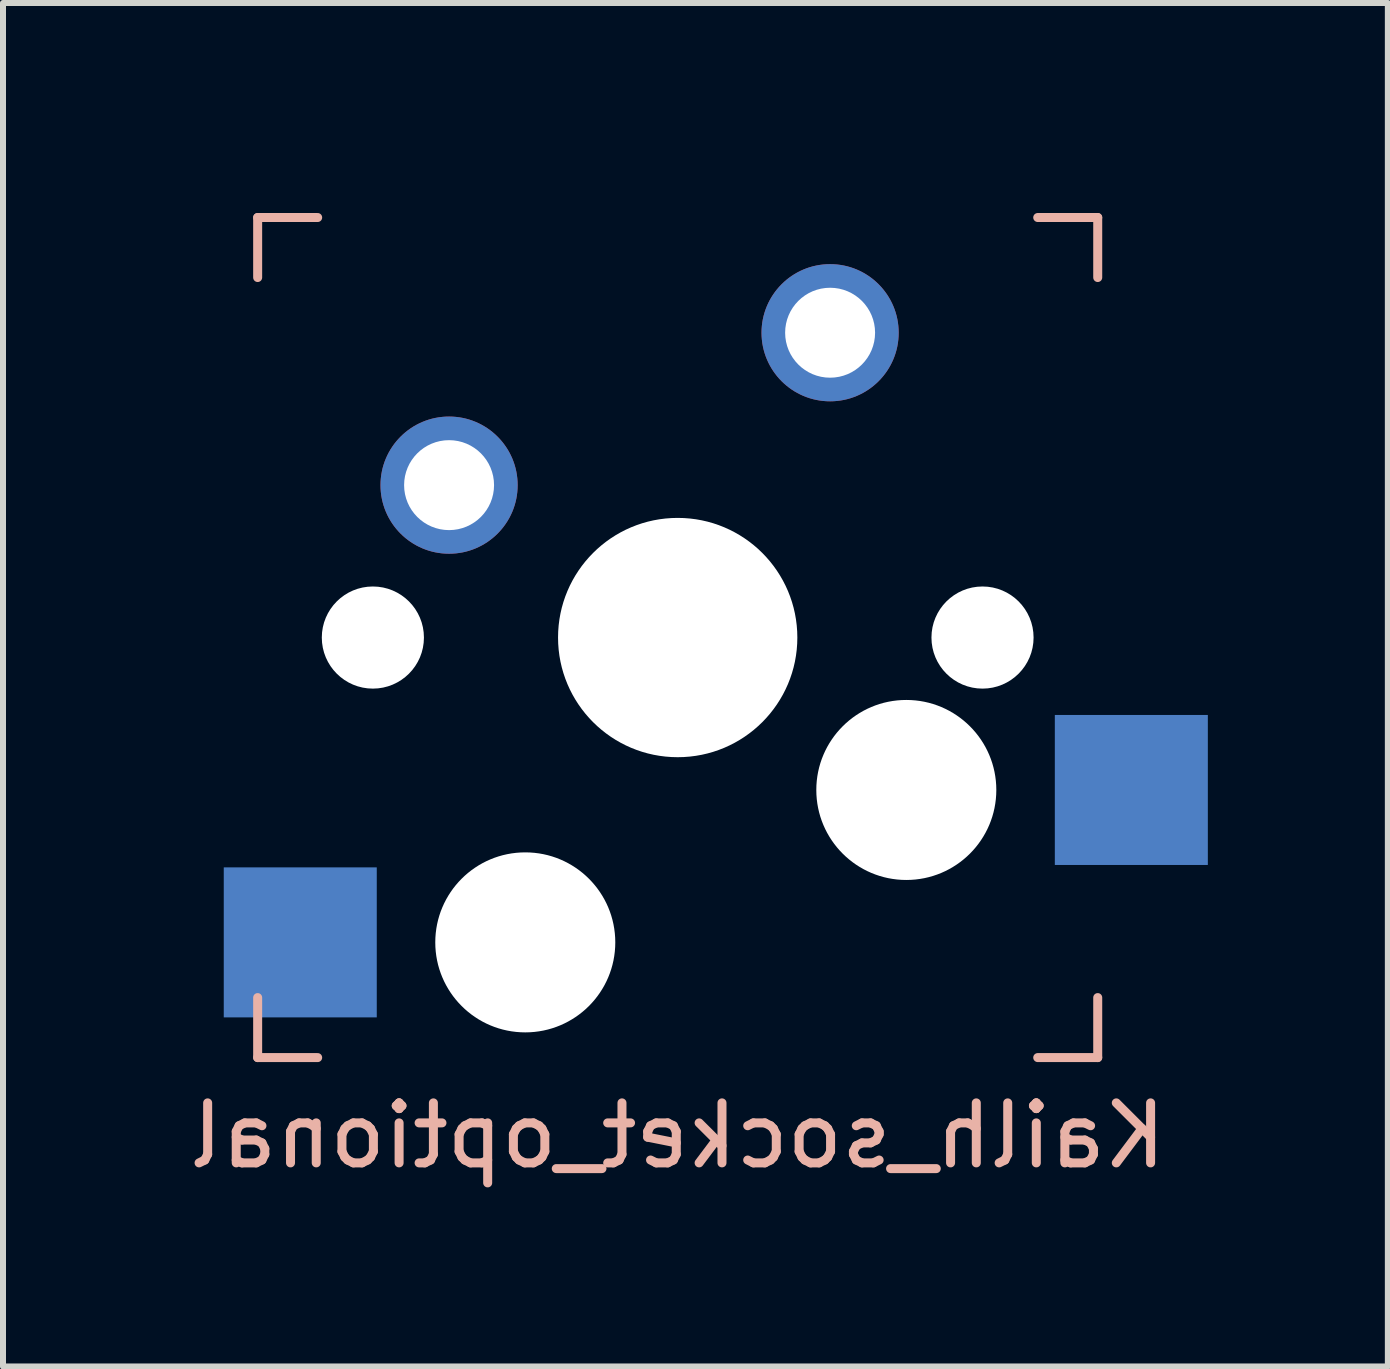
<source format=kicad_pcb>
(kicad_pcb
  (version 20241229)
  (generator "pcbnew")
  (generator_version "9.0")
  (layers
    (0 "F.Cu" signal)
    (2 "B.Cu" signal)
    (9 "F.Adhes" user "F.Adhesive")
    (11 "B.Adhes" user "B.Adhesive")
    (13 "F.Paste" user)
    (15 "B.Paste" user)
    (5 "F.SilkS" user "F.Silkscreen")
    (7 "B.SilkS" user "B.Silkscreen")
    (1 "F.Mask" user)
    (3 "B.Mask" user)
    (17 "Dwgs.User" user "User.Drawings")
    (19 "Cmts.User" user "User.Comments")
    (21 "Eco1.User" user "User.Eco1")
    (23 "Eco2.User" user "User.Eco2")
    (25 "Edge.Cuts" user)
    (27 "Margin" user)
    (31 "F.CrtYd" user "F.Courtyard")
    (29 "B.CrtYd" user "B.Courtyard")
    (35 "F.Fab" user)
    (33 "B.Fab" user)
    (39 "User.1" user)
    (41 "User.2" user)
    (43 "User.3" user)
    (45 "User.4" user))
  (footprint "Kailh_socket_optional"
    (layer "F.Cu")
    (at 8.244 7.575)
    (property "Reference" "Kailh_socket_optional" (at 0 8.3 0) (layer "B.SilkS") (effects (font (size 1 1) (thickness 0.15)) (justify mirror)))
    (attr through_hole)
    (fp_line (start -7 -7) (end -6 -7) (stroke (width 0.15) (type solid)) (layer "B.SilkS"))
    (fp_line (start -7 -6) (end -7 -7) (stroke (width 0.15) (type solid)) (layer "B.SilkS"))
    (fp_line (start -7 7) (end -7 6) (stroke (width 0.15) (type solid)) (layer "B.SilkS"))
    (fp_line (start -6 7) (end -7 7) (stroke (width 0.15) (type solid)) (layer "B.SilkS"))
    (fp_line (start 6 -7) (end 7 -7) (stroke (width 0.15) (type solid)) (layer "B.SilkS"))
    (fp_line (start 7 -7) (end 7 -6) (stroke (width 0.15) (type solid)) (layer "B.SilkS"))
    (fp_line (start 7 6) (end 7 7) (stroke (width 0.15) (type solid)) (layer "B.SilkS"))
    (fp_line (start 7 7) (end 6 7) (stroke (width 0.15) (type solid)) (layer "B.SilkS"))
    (fp_line (start -7.5 -7.5) (end 7.5 -7.5) (stroke (width 0.15) (type solid)) (layer "Eco2.User"))
    (fp_line (start -7.5 7.5) (end -7.5 -7.5) (stroke (width 0.15) (type solid)) (layer "Eco2.User"))
    (fp_line (start -6.9 6.9) (end -6.9 -6.9) (stroke (width 0.15) (type solid)) (layer "Eco2.User"))
    (fp_line (start -6.9 6.9) (end 6.9 6.9) (stroke (width 0.15) (type solid)) (layer "Eco2.User"))
    (fp_line (start 6.9 -6.9) (end -6.9 -6.9) (stroke (width 0.15) (type solid)) (layer "Eco2.User"))
    (fp_line (start 6.9 -6.9) (end 6.9 6.9) (stroke (width 0.15) (type solid)) (layer "Eco2.User"))
    (fp_line (start 7.5 -7.5) (end 7.5 7.5) (stroke (width 0.15) (type solid)) (layer "Eco2.User"))
    (fp_line (start 7.5 7.5) (end -7.5 7.5) (stroke (width 0.15) (type solid)) (layer "Eco2.User"))
    (pad "" np_thru_hole circle (at -5.08 0) (size 1.702 1.702) (drill 1.702) (layers "*.Cu" "*.Mask"))
    (pad "" np_thru_hole circle (at -2.54 5.08) (size 3 3) (drill 3) (layers "*.Cu" "*.Mask"))
    (pad "" np_thru_hole circle (at 0 0) (size 3.988 3.988) (drill 3.988) (layers "*.Cu" "*.Mask"))
    (pad "" np_thru_hole circle (at 3.81 2.54) (size 3 3) (drill 3) (layers "*.Cu" "*.Mask"))
    (pad "" np_thru_hole circle (at 5.08 0) (size 1.702 1.702) (drill 1.702) (layers "*.Cu" "*.Mask"))
    (pad "1" smd rect (at -6.29 5.08) (size 2.55 2.5) (layers "B.Cu" "B.Mask" "B.Paste"))
    (pad "1" thru_hole circle (at 2.54 -5.08) (size 2.286 2.286) (drill 1.499) (layers "*.Cu" "*.Mask"))
    (pad "2" thru_hole circle (at -3.81 -2.54) (size 2.286 2.286) (drill 1.499) (layers "*.Cu" "*.Mask"))
    (pad "2" smd rect (at 7.56 2.54) (size 2.55 2.5) (layers "B.Cu" "B.Mask" "B.Paste")))
  (gr_rect
    (start -3 -3)
    (end 20.079 19.723)
    (stroke (width 0.1) (type default))
    (fill no)
    (layer "Edge.Cuts")))
</source>
